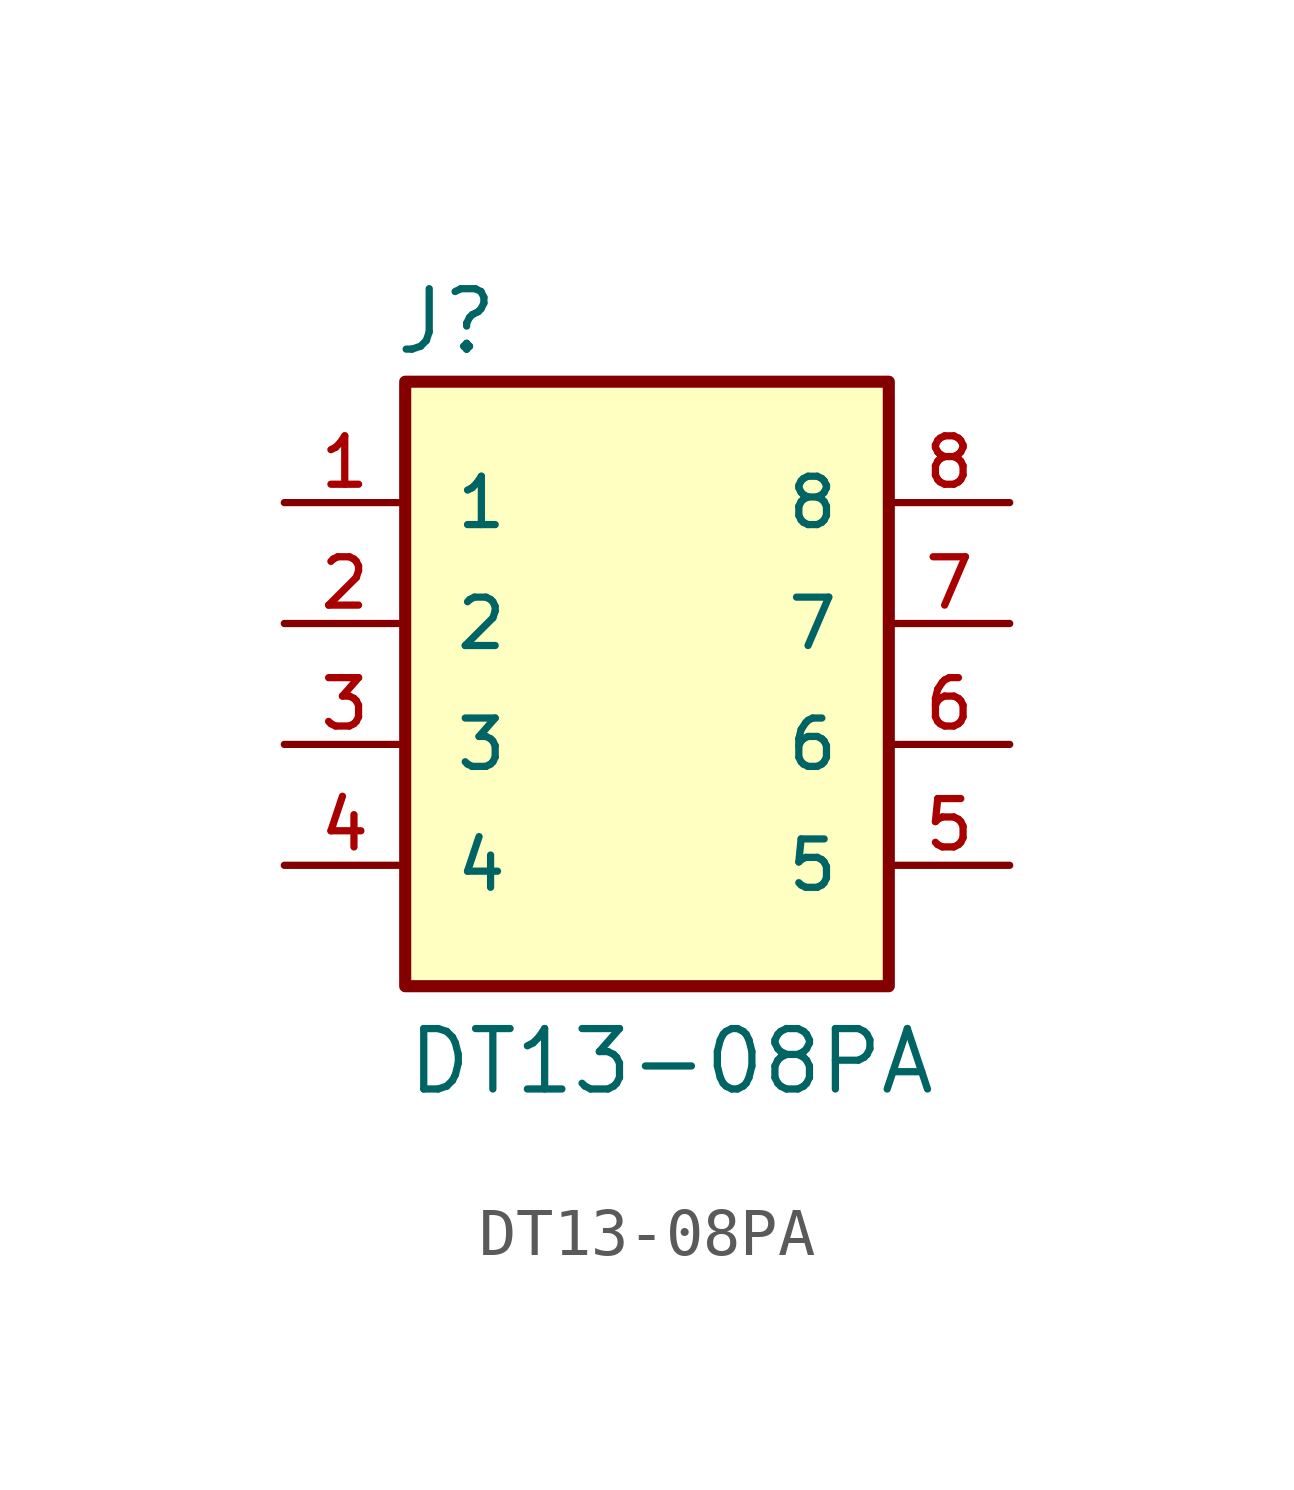
<source format=kicad_sym>
(kicad_symbol_lib
  (version 20211014)
  (generator kicad_symbol_editor)
  (symbol "DT13-08PA"
    (pin_names
      (offset 1.016))
    (property "Reference" "J"
      (at -5.341 5.601 0)
      (effects (font (size 1.27 1.27)) (justify bottom left)))
    (property "Value" "DT13-08PA"
      (at -5.093 -9.943 0)
      (effects (font (size 1.27 1.27)) (justify bottom left)))
    (symbol "DT13-08PA_0_0"
      (rectangle (start -5.08 -7.62) (end 5.08 5.08) (stroke (width 0.254)) (fill (type background)))
      (pin passive line (at -7.62 2.54 0) (length 2.54) (name "1" (effects (font (size 1.016 1.016)))) (number "1" (effects (font (size 1.016 1.016)))))
      (pin passive line (at -7.62 0.0 0) (length 2.54) (name "2" (effects (font (size 1.016 1.016)))) (number "2" (effects (font (size 1.016 1.016)))))
      (pin passive line (at -7.62 -2.54 0) (length 2.54) (name "3" (effects (font (size 1.016 1.016)))) (number "3" (effects (font (size 1.016 1.016)))))
      (pin passive line (at -7.62 -5.08 0) (length 2.54) (name "4" (effects (font (size 1.016 1.016)))) (number "4" (effects (font (size 1.016 1.016)))))
      (pin passive line (at 7.62 -5.08 180.0) (length 2.54) (name "5" (effects (font (size 1.016 1.016)))) (number "5" (effects (font (size 1.016 1.016)))))
      (pin passive line (at 7.62 -2.54 180.0) (length 2.54) (name "6" (effects (font (size 1.016 1.016)))) (number "6" (effects (font (size 1.016 1.016)))))
      (pin passive line (at 7.62 0.0 180.0) (length 2.54) (name "7" (effects (font (size 1.016 1.016)))) (number "7" (effects (font (size 1.016 1.016)))))
      (pin passive line (at 7.62 2.54 180.0) (length 2.54) (name "8" (effects (font (size 1.016 1.016)))) (number "8" (effects (font (size 1.016 1.016))))))))
</source>
